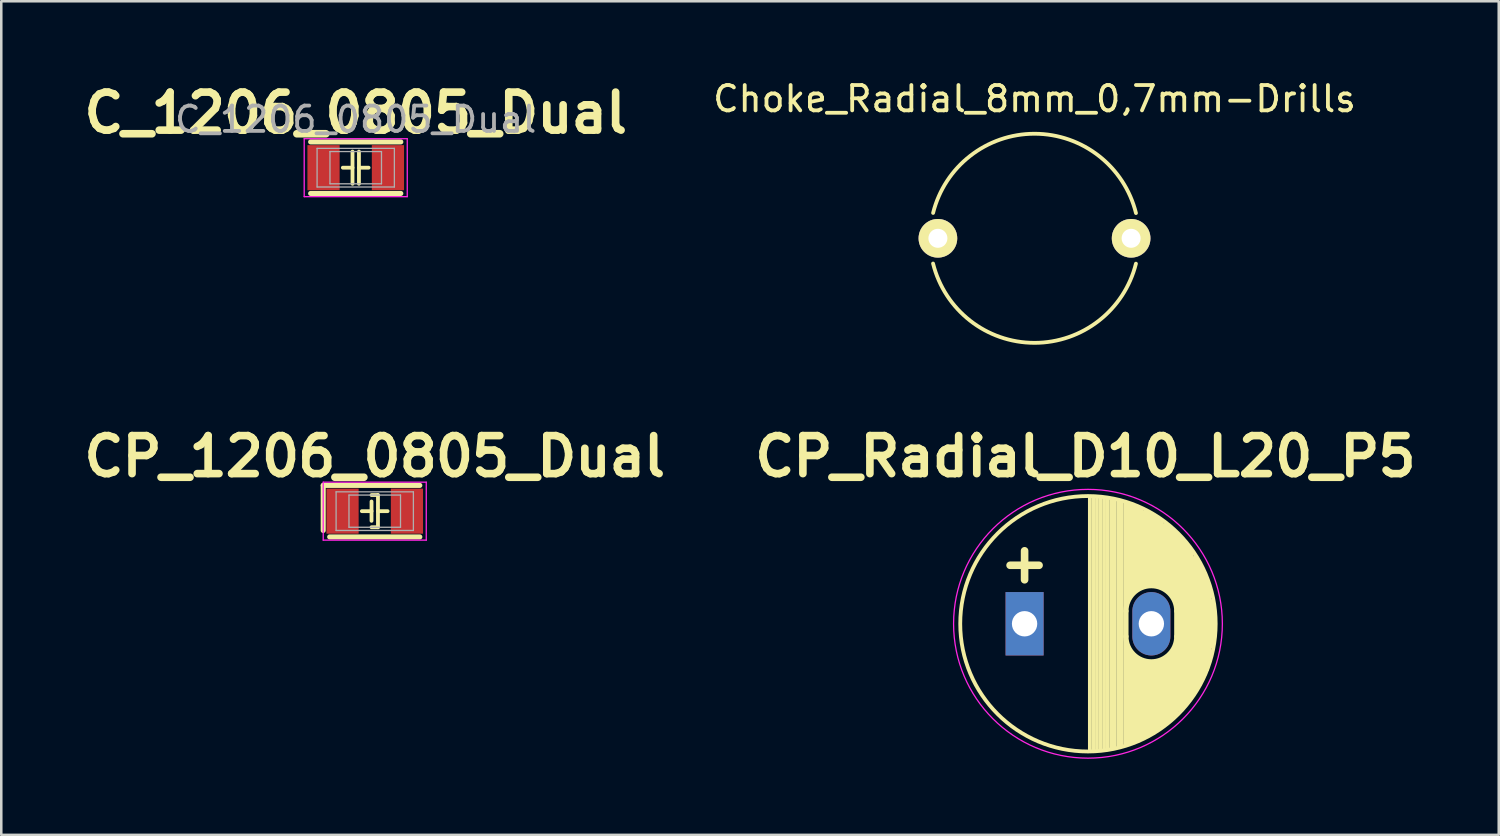
<source format=kicad_pcb>
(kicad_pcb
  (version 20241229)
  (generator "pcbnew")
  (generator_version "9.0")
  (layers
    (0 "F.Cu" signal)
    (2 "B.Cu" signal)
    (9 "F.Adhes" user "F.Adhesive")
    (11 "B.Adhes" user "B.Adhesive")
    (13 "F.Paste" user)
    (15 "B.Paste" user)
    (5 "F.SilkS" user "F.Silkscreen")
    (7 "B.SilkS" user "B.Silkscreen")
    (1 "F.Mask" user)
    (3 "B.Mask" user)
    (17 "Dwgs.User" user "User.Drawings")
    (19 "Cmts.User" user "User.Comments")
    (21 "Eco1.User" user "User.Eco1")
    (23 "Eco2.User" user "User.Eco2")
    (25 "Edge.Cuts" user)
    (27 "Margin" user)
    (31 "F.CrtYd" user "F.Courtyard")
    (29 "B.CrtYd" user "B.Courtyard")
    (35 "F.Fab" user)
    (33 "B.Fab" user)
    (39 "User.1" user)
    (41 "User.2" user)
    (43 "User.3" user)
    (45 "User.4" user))
  (footprint "C_1206_0805_Dual"
    (layer "F.Cu")
    (at 10.979 3.563)
    (property "Reference" "C_1206_0805_Dual" (at 0 -2.159 0) (layer "F.SilkS") (effects (font (size 1.5 1.5) (thickness 0.3))))
    (attr smd)
    (fp_line (start -1.778 -1.016) (end 1.778 -1.016) (stroke (width 0.2) (type solid)) (layer "F.SilkS"))
    (fp_line (start -1.778 1.016) (end 1.778 1.016) (stroke (width 0.2) (type solid)) (layer "F.SilkS"))
    (fp_line (start -0.508 0) (end -0.127 0) (stroke (width 0.15) (type solid)) (layer "F.SilkS"))
    (fp_line (start -0.127 -0.635) (end -0.127 0.635) (stroke (width 0.15) (type solid)) (layer "F.SilkS"))
    (fp_line (start 0.127 -0.635) (end 0.127 0.635) (stroke (width 0.15) (type solid)) (layer "F.SilkS"))
    (fp_line (start 0.127 0) (end 0.508 0) (stroke (width 0.15) (type solid)) (layer "F.SilkS"))
    (fp_line (start -2.032 -1.143) (end -2.032 1.143) (stroke (width 0.051) (type solid)) (layer "F.CrtYd"))
    (fp_line (start -2.032 -1.143) (end 2.032 -1.143) (stroke (width 0.051) (type solid)) (layer "F.CrtYd"))
    (fp_line (start -2.032 1.143) (end 2.032 1.143) (stroke (width 0.051) (type solid)) (layer "F.CrtYd"))
    (fp_line (start 2.032 -1.143) (end 2.032 1.143) (stroke (width 0.051) (type solid)) (layer "F.CrtYd"))
    (fp_line (start -1.524 -0.762) (end 1.524 -0.762) (stroke (width 0.051) (type solid)) (layer "F.Fab"))
    (fp_line (start -1.524 0.762) (end -1.524 -0.762) (stroke (width 0.051) (type solid)) (layer "F.Fab"))
    (fp_line (start -1.016 0.635) (end -1.016 -0.635) (stroke (width 0.051) (type solid)) (layer "F.Fab"))
    (fp_line (start 1.016 -0.635) (end -1.016 -0.635) (stroke (width 0.051) (type solid)) (layer "F.Fab"))
    (fp_line (start 1.016 0.635) (end -1.016 0.635) (stroke (width 0.051) (type solid)) (layer "F.Fab"))
    (fp_line (start 1.016 0.635) (end 1.016 -0.635) (stroke (width 0.051) (type solid)) (layer "F.Fab"))
    (fp_line (start 1.524 -0.762) (end 1.524 0.762) (stroke (width 0.051) (type solid)) (layer "F.Fab"))
    (fp_line (start 1.524 0.762) (end -1.524 0.762) (stroke (width 0.051) (type solid)) (layer "F.Fab"))
    (fp_text user "${REFERENCE}" (at 0 -1.905 0) (layer "F.Fab") (effects (font (size 1 1) (thickness 0.15))))
    (pad "1" smd rect (at -1.27 0) (size 1.27 1.778) (layers "F.Cu" "F.Mask" "F.Paste"))
    (pad "2" smd rect (at 1.27 0) (size 1.27 1.778) (layers "F.Cu" "F.Mask" "F.Paste")))
  (footprint "CP_1206_0805_Dual"
    (layer "F.Cu")
    (at 11.729 17.109)
    (property "Reference" "CP_1206_0805_Dual" (at 0 -2.159 0) (layer "F.SilkS") (effects (font (size 1.5 1.5) (thickness 0.3))))
    (attr smd)
    (fp_line (start -2.032 -1.016) (end 1.778 -1.016) (stroke (width 0.2) (type solid)) (layer "F.SilkS"))
    (fp_line (start -2.032 0.762) (end -2.032 -1.016) (stroke (width 0.2) (type solid)) (layer "F.SilkS"))
    (fp_line (start -1.778 1.016) (end 1.778 1.016) (stroke (width 0.2) (type solid)) (layer "F.SilkS"))
    (fp_line (start -0.508 0) (end -0.127 0) (stroke (width 0.15) (type solid)) (layer "F.SilkS"))
    (fp_line (start -0.127 -0.635) (end 0.127 -0.635) (stroke (width 0.15) (type solid)) (layer "F.SilkS"))
    (fp_line (start -0.127 -0.381) (end -0.127 0.381) (stroke (width 0.15) (type solid)) (layer "F.SilkS"))
    (fp_line (start -0.127 0.635) (end 0.127 0.635) (stroke (width 0.15) (type solid)) (layer "F.SilkS"))
    (fp_line (start 0.127 -0.635) (end 0.127 0.635) (stroke (width 0.15) (type solid)) (layer "F.SilkS"))
    (fp_line (start 0.127 0) (end 0.508 0) (stroke (width 0.15) (type solid)) (layer "F.SilkS"))
    (fp_line (start -2.032 -1.143) (end -2.032 1.143) (stroke (width 0.051) (type solid)) (layer "F.CrtYd"))
    (fp_line (start -2.032 -1.143) (end 2.032 -1.143) (stroke (width 0.051) (type solid)) (layer "F.CrtYd"))
    (fp_line (start -2.032 1.143) (end 2.032 1.143) (stroke (width 0.051) (type solid)) (layer "F.CrtYd"))
    (fp_line (start 2.032 -1.143) (end 2.032 1.143) (stroke (width 0.051) (type solid)) (layer "F.CrtYd"))
    (fp_line (start -1.524 -0.762) (end 1.524 -0.762) (stroke (width 0.051) (type solid)) (layer "F.Fab"))
    (fp_line (start -1.524 0.762) (end -1.524 -0.762) (stroke (width 0.051) (type solid)) (layer "F.Fab"))
    (fp_line (start -1.016 0.635) (end -1.016 -0.635) (stroke (width 0.051) (type solid)) (layer "F.Fab"))
    (fp_line (start 1.016 -0.635) (end -1.016 -0.635) (stroke (width 0.051) (type solid)) (layer "F.Fab"))
    (fp_line (start 1.016 0.635) (end -1.016 0.635) (stroke (width 0.051) (type solid)) (layer "F.Fab"))
    (fp_line (start 1.016 0.635) (end 1.016 -0.635) (stroke (width 0.051) (type solid)) (layer "F.Fab"))
    (fp_line (start 1.524 -0.762) (end 1.524 0.762) (stroke (width 0.051) (type solid)) (layer "F.Fab"))
    (fp_line (start 1.524 0.762) (end -1.524 0.762) (stroke (width 0.051) (type solid)) (layer "F.Fab"))
    (pad "1" smd rect (at -1.27 0) (size 1.27 1.778) (layers "F.Cu" "F.Mask" "F.Paste"))
    (pad "2" smd rect (at 1.27 0) (size 1.27 1.778) (layers "F.Cu" "F.Mask" "F.Paste")))
  (footprint "Choke_Radial_8mm_0,7mm-Drills"
    (layer "F.Cu")
    (at 37.749 6.348)
    (property "Reference" "Choke_Radial_8mm_0,7mm-Drills" (at 0 -5.5 0) (layer "F.SilkS") (effects (font (size 1 1) (thickness 0.15))))
    (attr through_hole)
    (fp_arc (start -4 -1) (mid 0.002608 -4.123105) (end 4.001262 -0.994939) (stroke (width 0.15) (type solid)) (layer "F.SilkS"))
    (fp_arc (start 4 1) (mid -0.002608 4.123105) (end -4.001262 0.994939) (stroke (width 0.15) (type solid)) (layer "F.SilkS"))
    (pad "1" thru_hole circle (at 3.81 0) (size 1.524 1.524) (drill 0.75) (layers "*.Cu" "*.Mask" "F.SilkS"))
    (pad "2" thru_hole circle (at -3.81 0) (size 1.524 1.524) (drill 0.75) (layers "*.Cu" "*.Mask" "F.SilkS")))
  (footprint "CP_Radial_D10_L20_P5"
    (layer "F.Cu")
    (at 37.357 21.55)
    (property "Reference" "CP_Radial_D10_L20_P5" (at 2.4 -6.6 0) (layer "F.SilkS") (effects (font (size 1.5 1.5) (thickness 0.3))))
    (attr through_hole)
    (fp_line (start 2.575 -4.999) (end 2.575 4.999) (stroke (width 0.15) (type solid)) (layer "F.SilkS"))
    (fp_line (start 2.715 -4.995) (end 2.715 4.995) (stroke (width 0.15) (type solid)) (layer "F.SilkS"))
    (fp_line (start 2.855 -4.987) (end 2.855 4.987) (stroke (width 0.15) (type solid)) (layer "F.SilkS"))
    (fp_line (start 2.995 -4.975) (end 2.995 4.975) (stroke (width 0.15) (type solid)) (layer "F.SilkS"))
    (fp_line (start 3.135 -4.96) (end 3.135 4.96) (stroke (width 0.15) (type solid)) (layer "F.SilkS"))
    (fp_line (start 3.275 -4.94) (end 3.275 4.94) (stroke (width 0.15) (type solid)) (layer "F.SilkS"))
    (fp_line (start 3.415 -4.916) (end 3.415 4.916) (stroke (width 0.15) (type solid)) (layer "F.SilkS"))
    (fp_line (start 3.555 -4.887) (end 3.555 4.887) (stroke (width 0.15) (type solid)) (layer "F.SilkS"))
    (fp_line (start 3.695 -4.855) (end 3.695 4.855) (stroke (width 0.15) (type solid)) (layer "F.SilkS"))
    (fp_line (start 3.835 -4.818) (end 3.835 4.818) (stroke (width 0.15) (type solid)) (layer "F.SilkS"))
    (fp_line (start 3.975 -4.777) (end 3.975 4.777) (stroke (width 0.15) (type solid)) (layer "F.SilkS"))
    (fp_line (start 4 -0.5) (end 4 0.5) (stroke (width 0.2) (type solid)) (layer "F.SilkS"))
    (fp_line (start 4.1 -4.7) (end 4.1 -1) (stroke (width 0.15) (type solid)) (layer "F.SilkS"))
    (fp_line (start 4.1 1) (end 4.1 4.7) (stroke (width 0.15) (type solid)) (layer "F.SilkS"))
    (fp_line (start 4.2 -4.7) (end 4.2 -1.2) (stroke (width 0.15) (type solid)) (layer "F.SilkS"))
    (fp_line (start 4.2 1.2) (end 4.2 4.7) (stroke (width 0.15) (type solid)) (layer "F.SilkS"))
    (fp_line (start 4.3 -4.6) (end 4.3 -1.3) (stroke (width 0.15) (type solid)) (layer "F.SilkS"))
    (fp_line (start 4.3 1.3) (end 4.3 4.6) (stroke (width 0.15) (type solid)) (layer "F.SilkS"))
    (fp_line (start 4.4 -4.6) (end 4.4 -1.4) (stroke (width 0.15) (type solid)) (layer "F.SilkS"))
    (fp_line (start 4.4 1.4) (end 4.4 4.6) (stroke (width 0.15) (type solid)) (layer "F.SilkS"))
    (fp_line (start 4.5 -4.5) (end 4.5 -1.4) (stroke (width 0.15) (type solid)) (layer "F.SilkS"))
    (fp_line (start 4.5 1.5) (end 4.5 4.6) (stroke (width 0.15) (type solid)) (layer "F.SilkS"))
    (fp_line (start 4.6 -4.5) (end 4.6 -1.5) (stroke (width 0.15) (type solid)) (layer "F.SilkS"))
    (fp_line (start 4.6 1.451) (end 4.6 4.5) (stroke (width 0.15) (type solid)) (layer "F.SilkS"))
    (fp_line (start 4.7 -4.4) (end 4.7 -1.5) (stroke (width 0.15) (type solid)) (layer "F.SilkS"))
    (fp_line (start 4.7 1.543) (end 4.7 4.5) (stroke (width 0.15) (type solid)) (layer "F.SilkS"))
    (fp_line (start 4.8 -4.4) (end 4.8 -1.5) (stroke (width 0.15) (type solid)) (layer "F.SilkS"))
    (fp_line (start 4.8 1.6) (end 4.8 4.4) (stroke (width 0.15) (type solid)) (layer "F.SilkS"))
    (fp_line (start 4.9 -4.3) (end 4.9 -1.5) (stroke (width 0.15) (type solid)) (layer "F.SilkS"))
    (fp_line (start 4.9 1.6) (end 4.9 4.4) (stroke (width 0.15) (type solid)) (layer "F.SilkS"))
    (fp_line (start 5 -4.3) (end 5 -1.6) (stroke (width 0.15) (type solid)) (layer "F.SilkS"))
    (fp_line (start 5 1.6) (end 5 4.3) (stroke (width 0.15) (type solid)) (layer "F.SilkS"))
    (fp_line (start 5.1 -4.2) (end 5.1 -1.5) (stroke (width 0.15) (type solid)) (layer "F.SilkS"))
    (fp_line (start 5.1 1.6) (end 5.1 4.3) (stroke (width 0.15) (type solid)) (layer "F.SilkS"))
    (fp_line (start 5.2 -4.2) (end 5.2 -1.5) (stroke (width 0.15) (type solid)) (layer "F.SilkS"))
    (fp_line (start 5.2 1.6) (end 5.2 4.2) (stroke (width 0.15) (type solid)) (layer "F.SilkS"))
    (fp_line (start 5.3 -4.1) (end 5.3 -1.5) (stroke (width 0.15) (type solid)) (layer "F.SilkS"))
    (fp_line (start 5.3 1.5) (end 5.3 4.1) (stroke (width 0.15) (type solid)) (layer "F.SilkS"))
    (fp_line (start 5.4 -4) (end 5.4 -1.5) (stroke (width 0.15) (type solid)) (layer "F.SilkS"))
    (fp_line (start 5.4 1.5) (end 5.4 4) (stroke (width 0.15) (type solid)) (layer "F.SilkS"))
    (fp_line (start 5.5 -3.9) (end 5.5 -1.4) (stroke (width 0.15) (type solid)) (layer "F.SilkS"))
    (fp_line (start 5.5 1.4) (end 5.5 4) (stroke (width 0.15) (type solid)) (layer "F.SilkS"))
    (fp_line (start 5.6 -3.9) (end 5.6 -1.4) (stroke (width 0.15) (type solid)) (layer "F.SilkS"))
    (fp_line (start 5.6 1.3) (end 5.6 3.9) (stroke (width 0.15) (type solid)) (layer "F.SilkS"))
    (fp_line (start 5.7 -3.8) (end 5.7 -1.3) (stroke (width 0.15) (type solid)) (layer "F.SilkS"))
    (fp_line (start 5.7 1.2) (end 5.7 3.8) (stroke (width 0.15) (type solid)) (layer "F.SilkS"))
    (fp_line (start 5.8 -3.7) (end 5.8 -1.2) (stroke (width 0.15) (type solid)) (layer "F.SilkS"))
    (fp_line (start 5.8 1.1) (end 5.8 3.7) (stroke (width 0.15) (type solid)) (layer "F.SilkS"))
    (fp_line (start 5.9 -3.6) (end 5.9 -1) (stroke (width 0.15) (type solid)) (layer "F.SilkS"))
    (fp_line (start 5.9 1) (end 5.9 3.6) (stroke (width 0.15) (type solid)) (layer "F.SilkS"))
    (fp_line (start 6 -3.5) (end 6 -0.9) (stroke (width 0.15) (type solid)) (layer "F.SilkS"))
    (fp_line (start 6 -0.5) (end 6 0.5) (stroke (width 0.2) (type solid)) (layer "F.SilkS"))
    (fp_line (start 6 0.9) (end 6 3.5) (stroke (width 0.15) (type solid)) (layer "F.SilkS"))
    (fp_line (start 6.1 -3.4) (end 6.1 3.4) (stroke (width 0.15) (type solid)) (layer "F.SilkS"))
    (fp_line (start 6.2 -3.3) (end 6.2 3.3) (stroke (width 0.15) (type solid)) (layer "F.SilkS"))
    (fp_line (start 6.3 -3.2) (end 6.3 3.2) (stroke (width 0.15) (type solid)) (layer "F.SilkS"))
    (fp_line (start 6.4 -3.1) (end 6.4 3.1) (stroke (width 0.15) (type solid)) (layer "F.SilkS"))
    (fp_line (start 6.5 -3) (end 6.5 3) (stroke (width 0.15) (type solid)) (layer "F.SilkS"))
    (fp_line (start 6.6 -2.8) (end 6.6 2.8) (stroke (width 0.15) (type solid)) (layer "F.SilkS"))
    (fp_line (start 6.7 -2.6) (end 6.7 2.7) (stroke (width 0.15) (type solid)) (layer "F.SilkS"))
    (fp_line (start 6.8 -2.5) (end 6.8 2.5) (stroke (width 0.15) (type solid)) (layer "F.SilkS"))
    (fp_line (start 6.9 -2.4) (end 6.9 2.4) (stroke (width 0.15) (type solid)) (layer "F.SilkS"))
    (fp_line (start 7 -2.2) (end 7 2.2) (stroke (width 0.15) (type solid)) (layer "F.SilkS"))
    (fp_line (start 7.1 -2) (end 7.1 2) (stroke (width 0.15) (type solid)) (layer "F.SilkS"))
    (fp_line (start 7.2 -1.7) (end 7.2 1.8) (stroke (width 0.15) (type solid)) (layer "F.SilkS"))
    (fp_line (start 7.3 -1.4) (end 7.3 1.3) (stroke (width 0.15) (type solid)) (layer "F.SilkS"))
    (fp_line (start 7.4 -0.9) (end 7.4 0.9) (stroke (width 0.15) (type solid)) (layer "F.SilkS"))
    (fp_arc (start 4 -0.5) (mid 5 -1.5) (end 6 -0.5) (stroke (width 0.2) (type solid)) (layer "F.SilkS"))
    (fp_arc (start 6 0.5) (mid 5 1.5) (end 4 0.5) (stroke (width 0.2) (type solid)) (layer "F.SilkS"))
    (fp_circle (center 2.5 0) (end 2.5 -5.037) (stroke (width 0.15) (type solid)) (fill no) (layer "F.SilkS"))
    (fp_circle (center 2.5 0) (end 2.5 -5.3) (stroke (width 0.05) (type solid)) (fill no) (layer "F.CrtYd"))
    (fp_text user "+" (at 0 -2.413 0) (layer "F.SilkS") (effects (font (size 1.5 1.5) (thickness 0.3))))
    (pad "1" thru_hole rect (at 0 0) (size 1.5 2.5) (drill 1) (layers "*.Cu" "*.Mask"))
    (pad "2" thru_hole oval (at 5 0) (size 1.5 2.5) (drill 1) (layers "*.Cu" "*.Mask")))
  (gr_rect
    (start -3 -3)
    (end 56.057 29.875)
    (stroke (width 0.1) (type default))
    (fill no)
    (layer "Edge.Cuts")))
</source>
